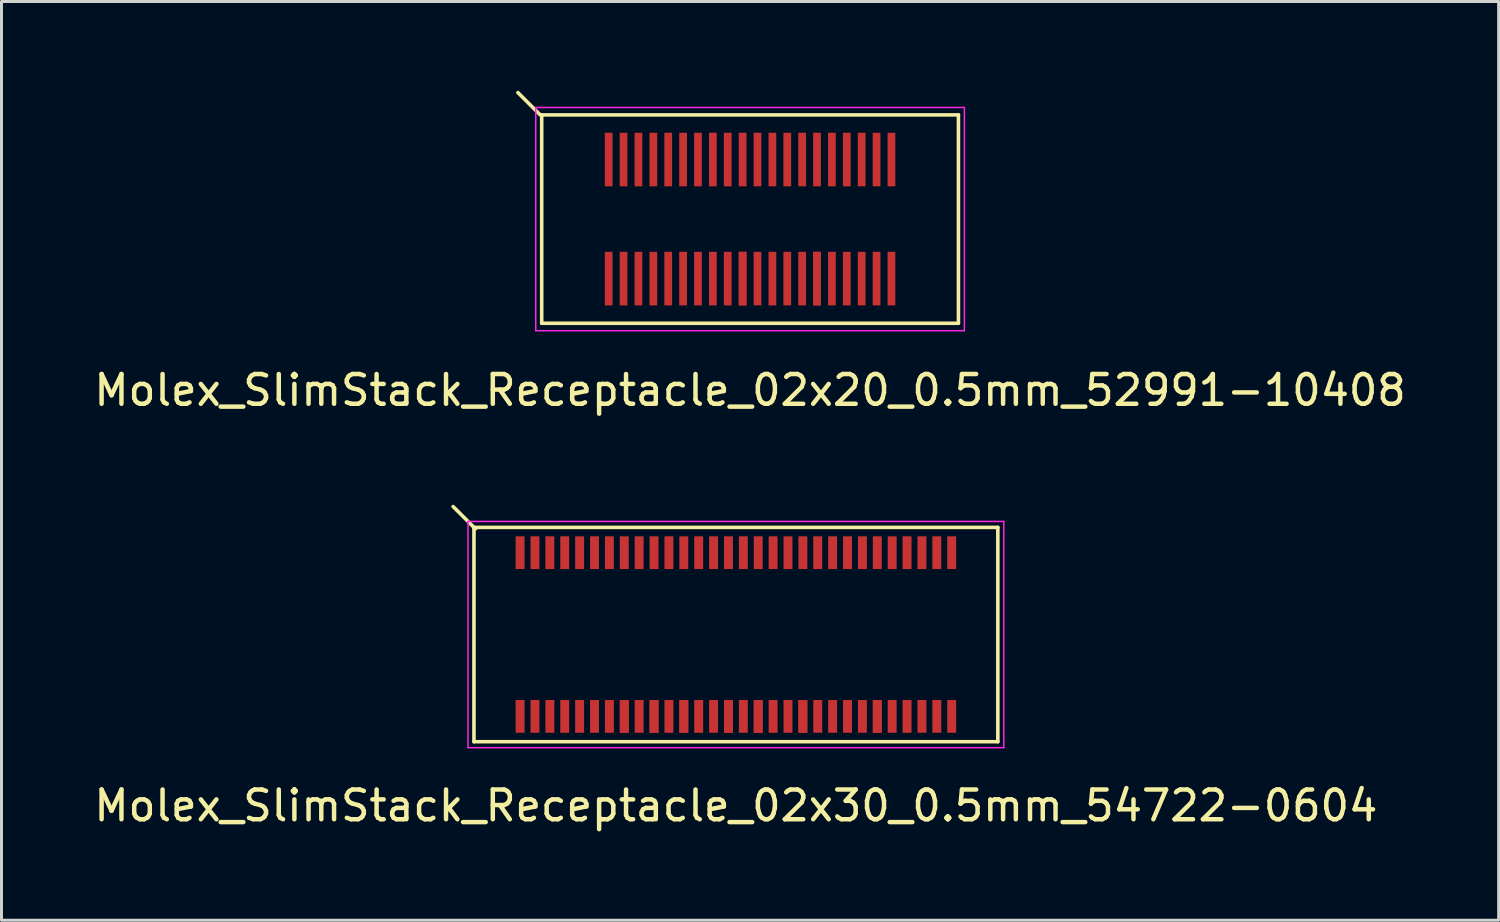
<source format=kicad_pcb>
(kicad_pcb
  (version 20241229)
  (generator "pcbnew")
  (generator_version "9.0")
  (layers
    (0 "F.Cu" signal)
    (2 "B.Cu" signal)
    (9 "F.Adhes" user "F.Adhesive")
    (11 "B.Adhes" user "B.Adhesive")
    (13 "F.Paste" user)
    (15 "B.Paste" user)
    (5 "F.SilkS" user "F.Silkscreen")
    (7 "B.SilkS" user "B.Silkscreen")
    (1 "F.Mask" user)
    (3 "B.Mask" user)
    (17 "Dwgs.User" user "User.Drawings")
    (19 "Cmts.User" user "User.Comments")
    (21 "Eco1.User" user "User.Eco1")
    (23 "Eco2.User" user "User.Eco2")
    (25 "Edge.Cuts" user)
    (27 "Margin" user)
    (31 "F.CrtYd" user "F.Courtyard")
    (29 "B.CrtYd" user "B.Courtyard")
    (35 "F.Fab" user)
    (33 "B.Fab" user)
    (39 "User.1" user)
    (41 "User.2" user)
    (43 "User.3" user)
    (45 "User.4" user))
  (footprint "Molex_SlimStack_Receptacle_02x30_0.5mm_54722-0604"
    (layer "F.Cu")
    (at 21.673 18.268)
    (property "Reference" "Molex_SlimStack_Receptacle_02x30_0.5mm_54722-0604" (at 0 5.75 0) (layer "F.SilkS") (effects (font (size 1 1) (thickness 0.15))))
    (attr smd)
    (fp_line (start -8.8 -3.6) (end -8.8 3.6) (stroke (width 0.12) (type solid)) (layer "F.SilkS"))
    (fp_line (start -8.8 3.6) (end 8.8 3.6) (stroke (width 0.12) (type solid)) (layer "F.SilkS"))
    (fp_line (start -8.75 -3.55) (end -9.5 -4.3) (stroke (width 0.12) (type solid)) (layer "F.SilkS"))
    (fp_line (start 8.8 -3.6) (end -8.8 -3.6) (stroke (width 0.12) (type solid)) (layer "F.SilkS"))
    (fp_line (start 8.8 3.6) (end 8.8 -3.6) (stroke (width 0.12) (type solid)) (layer "F.SilkS"))
    (fp_line (start -9 -3.8) (end -9 3.8) (stroke (width 0.05) (type solid)) (layer "F.CrtYd"))
    (fp_line (start -9 3.8) (end 9 3.8) (stroke (width 0.05) (type solid)) (layer "F.CrtYd"))
    (fp_line (start 9 -3.8) (end -9 -3.8) (stroke (width 0.05) (type solid)) (layer "F.CrtYd"))
    (fp_line (start 9 3.8) (end 9 -3.8) (stroke (width 0.05) (type solid)) (layer "F.CrtYd"))
    (pad "1" smd rect (at -7.25 -2.75) (size 0.3 1.1) (layers "F.Cu" "F.Mask" "F.Paste"))
    (pad "2" smd rect (at -7.25 2.75) (size 0.3 1.1) (layers "F.Cu" "F.Mask" "F.Paste"))
    (pad "3" smd rect (at -6.75 -2.75) (size 0.3 1.1) (layers "F.Cu" "F.Mask" "F.Paste"))
    (pad "4" smd rect (at -6.75 2.75) (size 0.3 1.1) (layers "F.Cu" "F.Mask" "F.Paste"))
    (pad "5" smd rect (at -6.25 -2.75) (size 0.3 1.1) (layers "F.Cu" "F.Mask" "F.Paste"))
    (pad "6" smd rect (at -6.25 2.75) (size 0.3 1.1) (layers "F.Cu" "F.Mask" "F.Paste"))
    (pad "7" smd rect (at -5.75 -2.75) (size 0.3 1.1) (layers "F.Cu" "F.Mask" "F.Paste"))
    (pad "8" smd rect (at -5.75 2.75) (size 0.3 1.1) (layers "F.Cu" "F.Mask" "F.Paste"))
    (pad "9" smd rect (at -5.25 -2.75) (size 0.3 1.1) (layers "F.Cu" "F.Mask" "F.Paste"))
    (pad "10" smd rect (at -5.25 2.75) (size 0.3 1.1) (layers "F.Cu" "F.Mask" "F.Paste"))
    (pad "11" smd rect (at -4.75 -2.75) (size 0.3 1.1) (layers "F.Cu" "F.Mask" "F.Paste"))
    (pad "12" smd rect (at -4.75 2.75) (size 0.3 1.1) (layers "F.Cu" "F.Mask" "F.Paste"))
    (pad "13" smd rect (at -4.25 -2.75) (size 0.3 1.1) (layers "F.Cu" "F.Mask" "F.Paste"))
    (pad "14" smd rect (at -4.25 2.75) (size 0.3 1.1) (layers "F.Cu" "F.Mask" "F.Paste"))
    (pad "15" smd rect (at -3.75 -2.75) (size 0.3 1.1) (layers "F.Cu" "F.Mask" "F.Paste"))
    (pad "16" smd rect (at -3.75 2.75) (size 0.3 1.1) (layers "F.Cu" "F.Mask" "F.Paste"))
    (pad "16" smd rect (at -3.75 2.75) (size 0.3 1.1) (layers "F.Cu" "F.Mask" "F.Paste"))
    (pad "17" smd rect (at -3.25 -2.75) (size 0.3 1.1) (layers "F.Cu" "F.Mask" "F.Paste"))
    (pad "18" smd rect (at -3.25 2.75) (size 0.3 1.1) (layers "F.Cu" "F.Mask" "F.Paste"))
    (pad "19" smd rect (at -2.75 -2.75) (size 0.3 1.1) (layers "F.Cu" "F.Mask" "F.Paste"))
    (pad "20" smd rect (at -2.75 2.75) (size 0.3 1.1) (layers "F.Cu" "F.Mask" "F.Paste"))
    (pad "20" smd rect (at -2.75 2.75) (size 0.3 1.1) (layers "F.Cu" "F.Mask" "F.Paste"))
    (pad "21" smd rect (at -2.25 -2.75) (size 0.3 1.1) (layers "F.Cu" "F.Mask" "F.Paste"))
    (pad "22" smd rect (at -2.25 2.75) (size 0.3 1.1) (layers "F.Cu" "F.Mask" "F.Paste"))
    (pad "23" smd rect (at -1.75 -2.75) (size 0.3 1.1) (layers "F.Cu" "F.Mask" "F.Paste"))
    (pad "24" smd rect (at -1.75 2.75) (size 0.3 1.1) (layers "F.Cu" "F.Mask" "F.Paste"))
    (pad "24" smd rect (at -1.75 2.75) (size 0.3 1.1) (layers "F.Cu" "F.Mask" "F.Paste"))
    (pad "25" smd rect (at -1.25 -2.75) (size 0.3 1.1) (layers "F.Cu" "F.Mask" "F.Paste"))
    (pad "26" smd rect (at -1.25 2.75) (size 0.3 1.1) (layers "F.Cu" "F.Mask" "F.Paste"))
    (pad "27" smd rect (at -0.75 -2.75) (size 0.3 1.1) (layers "F.Cu" "F.Mask" "F.Paste"))
    (pad "28" smd rect (at -0.75 2.75) (size 0.3 1.1) (layers "F.Cu" "F.Mask" "F.Paste"))
    (pad "29" smd rect (at -0.25 -2.75) (size 0.3 1.1) (layers "F.Cu" "F.Mask" "F.Paste"))
    (pad "30" smd rect (at -0.25 2.75) (size 0.3 1.1) (layers "F.Cu" "F.Mask" "F.Paste"))
    (pad "30" smd rect (at -0.25 2.75) (size 0.3 1.1) (layers "F.Cu" "F.Mask" "F.Paste"))
    (pad "31" smd rect (at 0.25 -2.75) (size 0.3 1.1) (layers "F.Cu" "F.Mask" "F.Paste"))
    (pad "32" smd rect (at 0.25 2.75) (size 0.3 1.1) (layers "F.Cu" "F.Mask" "F.Paste"))
    (pad "33" smd rect (at 0.75 -2.75) (size 0.3 1.1) (layers "F.Cu" "F.Mask" "F.Paste"))
    (pad "34" smd rect (at 0.75 2.75) (size 0.3 1.1) (layers "F.Cu" "F.Mask" "F.Paste"))
    (pad "34" smd rect (at 0.75 2.75) (size 0.3 1.1) (layers "F.Cu" "F.Mask" "F.Paste"))
    (pad "35" smd rect (at 1.25 -2.75) (size 0.3 1.1) (layers "F.Cu" "F.Mask" "F.Paste"))
    (pad "36" smd rect (at 1.25 2.75) (size 0.3 1.1) (layers "F.Cu" "F.Mask" "F.Paste"))
    (pad "37" smd rect (at 1.75 -2.75) (size 0.3 1.1) (layers "F.Cu" "F.Mask" "F.Paste"))
    (pad "38" smd rect (at 1.75 2.75) (size 0.3 1.1) (layers "F.Cu" "F.Mask" "F.Paste"))
    (pad "39" smd rect (at 2.25 -2.75) (size 0.3 1.1) (layers "F.Cu" "F.Mask" "F.Paste"))
    (pad "40" smd rect (at 2.25 2.75) (size 0.3 1.1) (layers "F.Cu" "F.Mask" "F.Paste"))
    (pad "40" smd rect (at 2.25 2.75) (size 0.3 1.1) (layers "F.Cu" "F.Mask" "F.Paste"))
    (pad "41" smd rect (at 2.75 -2.75) (size 0.3 1.1) (layers "F.Cu" "F.Mask" "F.Paste"))
    (pad "42" smd rect (at 2.75 2.75) (size 0.3 1.1) (layers "F.Cu" "F.Mask" "F.Paste"))
    (pad "43" smd rect (at 3.25 -2.75) (size 0.3 1.1) (layers "F.Cu" "F.Mask" "F.Paste"))
    (pad "44" smd rect (at 3.25 2.75) (size 0.3 1.1) (layers "F.Cu" "F.Mask" "F.Paste"))
    (pad "45" smd rect (at 3.75 -2.75) (size 0.3 1.1) (layers "F.Cu" "F.Mask" "F.Paste"))
    (pad "46" smd rect (at 3.75 2.75) (size 0.3 1.1) (layers "F.Cu" "F.Mask" "F.Paste"))
    (pad "47" smd rect (at 4.25 -2.75) (size 0.3 1.1) (layers "F.Cu" "F.Mask" "F.Paste"))
    (pad "48" smd rect (at 4.25 2.75) (size 0.3 1.1) (layers "F.Cu" "F.Mask" "F.Paste"))
    (pad "49" smd rect (at 4.75 -2.75) (size 0.3 1.1) (layers "F.Cu" "F.Mask" "F.Paste"))
    (pad "50" smd rect (at 4.75 2.75) (size 0.3 1.1) (layers "F.Cu" "F.Mask" "F.Paste"))
    (pad "50" smd rect (at 4.75 2.75) (size 0.3 1.1) (layers "F.Cu" "F.Mask" "F.Paste"))
    (pad "51" smd rect (at 5.25 -2.75) (size 0.3 1.1) (layers "F.Cu" "F.Mask" "F.Paste"))
    (pad "52" smd rect (at 5.25 2.75) (size 0.3 1.1) (layers "F.Cu" "F.Mask" "F.Paste"))
    (pad "53" smd rect (at 5.75 -2.75) (size 0.3 1.1) (layers "F.Cu" "F.Mask" "F.Paste"))
    (pad "54" smd rect (at 5.75 2.75) (size 0.3 1.1) (layers "F.Cu" "F.Mask" "F.Paste"))
    (pad "55" smd rect (at 6.25 -2.75) (size 0.3 1.1) (layers "F.Cu" "F.Mask" "F.Paste"))
    (pad "56" smd rect (at 6.25 2.75) (size 0.3 1.1) (layers "F.Cu" "F.Mask" "F.Paste"))
    (pad "57" smd rect (at 6.75 -2.75) (size 0.3 1.1) (layers "F.Cu" "F.Mask" "F.Paste"))
    (pad "58" smd rect (at 6.75 2.75) (size 0.3 1.1) (layers "F.Cu" "F.Mask" "F.Paste"))
    (pad "59" smd rect (at 7.25 -2.75) (size 0.3 1.1) (layers "F.Cu" "F.Mask" "F.Paste"))
    (pad "60" smd rect (at 7.25 2.75) (size 0.3 1.1) (layers "F.Cu" "F.Mask" "F.Paste")))
  (footprint "Molex_SlimStack_Receptacle_02x20_0.5mm_52991-10408"
    (layer "F.Cu")
    (at 22.149 4.31)
    (property "Reference" "Molex_SlimStack_Receptacle_02x20_0.5mm_52991-10408" (at 0 5.75 0) (layer "F.SilkS") (effects (font (size 1 1) (thickness 0.15))))
    (attr smd)
    (fp_line (start -7.05 -3.5) (end -7.8 -4.25) (stroke (width 0.12) (type solid)) (layer "F.SilkS"))
    (fp_line (start -7 -3.5) (end -7 3.5) (stroke (width 0.12) (type solid)) (layer "F.SilkS"))
    (fp_line (start -7 3.5) (end 7 3.5) (stroke (width 0.12) (type solid)) (layer "F.SilkS"))
    (fp_line (start 7 -3.5) (end -7 -3.5) (stroke (width 0.12) (type solid)) (layer "F.SilkS"))
    (fp_line (start 7 3.5) (end 7 -3.5) (stroke (width 0.12) (type solid)) (layer "F.SilkS"))
    (fp_line (start -7.2 -3.75) (end -7.2 3.75) (stroke (width 0.05) (type solid)) (layer "F.CrtYd"))
    (fp_line (start -7.2 3.75) (end 7.2 3.75) (stroke (width 0.05) (type solid)) (layer "F.CrtYd"))
    (fp_line (start 7.2 -3.75) (end -7.2 -3.75) (stroke (width 0.05) (type solid)) (layer "F.CrtYd"))
    (fp_line (start 7.2 3.75) (end 7.2 -3.75) (stroke (width 0.05) (type solid)) (layer "F.CrtYd"))
    (pad "1" smd rect (at -4.75 -2) (size 0.26 1.8) (layers "F.Cu" "F.Mask" "F.Paste"))
    (pad "2" smd rect (at -4.75 2) (size 0.26 1.8) (layers "F.Cu" "F.Mask" "F.Paste"))
    (pad "3" smd rect (at -4.25 -2) (size 0.26 1.8) (layers "F.Cu" "F.Mask" "F.Paste"))
    (pad "4" smd rect (at -4.25 2) (size 0.26 1.8) (layers "F.Cu" "F.Mask" "F.Paste"))
    (pad "5" smd rect (at -3.75 -2) (size 0.26 1.8) (layers "F.Cu" "F.Mask" "F.Paste"))
    (pad "6" smd rect (at -3.75 2) (size 0.26 1.8) (layers "F.Cu" "F.Mask" "F.Paste"))
    (pad "7" smd rect (at -3.25 -2) (size 0.26 1.8) (layers "F.Cu" "F.Mask" "F.Paste"))
    (pad "8" smd rect (at -3.25 2) (size 0.26 1.8) (layers "F.Cu" "F.Mask" "F.Paste"))
    (pad "9" smd rect (at -2.75 -2) (size 0.26 1.8) (layers "F.Cu" "F.Mask" "F.Paste"))
    (pad "10" smd rect (at -2.75 2) (size 0.26 1.8) (layers "F.Cu" "F.Mask" "F.Paste"))
    (pad "11" smd rect (at -2.25 -2) (size 0.26 1.8) (layers "F.Cu" "F.Mask" "F.Paste"))
    (pad "12" smd rect (at -2.25 2) (size 0.26 1.8) (layers "F.Cu" "F.Mask" "F.Paste"))
    (pad "13" smd rect (at -1.75 -2) (size 0.26 1.8) (layers "F.Cu" "F.Mask" "F.Paste"))
    (pad "14" smd rect (at -1.75 2) (size 0.26 1.8) (layers "F.Cu" "F.Mask" "F.Paste"))
    (pad "15" smd rect (at -1.25 -2) (size 0.26 1.8) (layers "F.Cu" "F.Mask" "F.Paste"))
    (pad "16" smd rect (at -1.25 2) (size 0.26 1.8) (layers "F.Cu" "F.Mask" "F.Paste"))
    (pad "17" smd rect (at -0.75 -2) (size 0.26 1.8) (layers "F.Cu" "F.Mask" "F.Paste"))
    (pad "18" smd rect (at -0.75 2) (size 0.26 1.8) (layers "F.Cu" "F.Mask" "F.Paste"))
    (pad "19" smd rect (at -0.25 -2) (size 0.26 1.8) (layers "F.Cu" "F.Mask" "F.Paste"))
    (pad "20" smd rect (at -0.25 2) (size 0.26 1.8) (layers "F.Cu" "F.Mask" "F.Paste"))
    (pad "20" smd rect (at -0.25 2) (size 0.26 1.8) (layers "F.Cu" "F.Mask" "F.Paste"))
    (pad "21" smd rect (at 0.25 -2) (size 0.26 1.8) (layers "F.Cu" "F.Mask" "F.Paste"))
    (pad "22" smd rect (at 0.25 2) (size 0.26 1.8) (layers "F.Cu" "F.Mask" "F.Paste"))
    (pad "23" smd rect (at 0.75 -2) (size 0.26 1.8) (layers "F.Cu" "F.Mask" "F.Paste"))
    (pad "24" smd rect (at 0.75 2) (size 0.26 1.8) (layers "F.Cu" "F.Mask" "F.Paste"))
    (pad "25" smd rect (at 1.25 -2) (size 0.26 1.8) (layers "F.Cu" "F.Mask" "F.Paste"))
    (pad "26" smd rect (at 1.25 2) (size 0.26 1.8) (layers "F.Cu" "F.Mask" "F.Paste"))
    (pad "27" smd rect (at 1.75 -2) (size 0.26 1.8) (layers "F.Cu" "F.Mask" "F.Paste"))
    (pad "28" smd rect (at 1.75 2) (size 0.26 1.8) (layers "F.Cu" "F.Mask" "F.Paste"))
    (pad "29" smd rect (at 2.25 -2) (size 0.26 1.8) (layers "F.Cu" "F.Mask" "F.Paste"))
    (pad "30" smd rect (at 2.25 2) (size 0.26 1.8) (layers "F.Cu" "F.Mask" "F.Paste"))
    (pad "30" smd rect (at 2.25 2) (size 0.26 1.8) (layers "F.Cu" "F.Mask" "F.Paste"))
    (pad "31" smd rect (at 2.75 -2) (size 0.26 1.8) (layers "F.Cu" "F.Mask" "F.Paste"))
    (pad "32" smd rect (at 2.75 2) (size 0.26 1.8) (layers "F.Cu" "F.Mask" "F.Paste"))
    (pad "33" smd rect (at 3.25 -2) (size 0.26 1.8) (layers "F.Cu" "F.Mask" "F.Paste"))
    (pad "34" smd rect (at 3.25 2) (size 0.26 1.8) (layers "F.Cu" "F.Mask" "F.Paste"))
    (pad "35" smd rect (at 3.75 -2) (size 0.26 1.8) (layers "F.Cu" "F.Mask" "F.Paste"))
    (pad "36" smd rect (at 3.75 2) (size 0.26 1.8) (layers "F.Cu" "F.Mask" "F.Paste"))
    (pad "37" smd rect (at 4.25 -2) (size 0.26 1.8) (layers "F.Cu" "F.Mask" "F.Paste"))
    (pad "38" smd rect (at 4.25 2) (size 0.26 1.8) (layers "F.Cu" "F.Mask" "F.Paste"))
    (pad "39" smd rect (at 4.75 -2) (size 0.26 1.8) (layers "F.Cu" "F.Mask" "F.Paste"))
    (pad "40" smd rect (at 4.75 2) (size 0.26 1.8) (layers "F.Cu" "F.Mask" "F.Paste")))
  (gr_rect
    (start -3 -3)
    (end 47.298 27.866)
    (stroke (width 0.1) (type default))
    (fill no)
    (layer "Edge.Cuts")))
</source>
